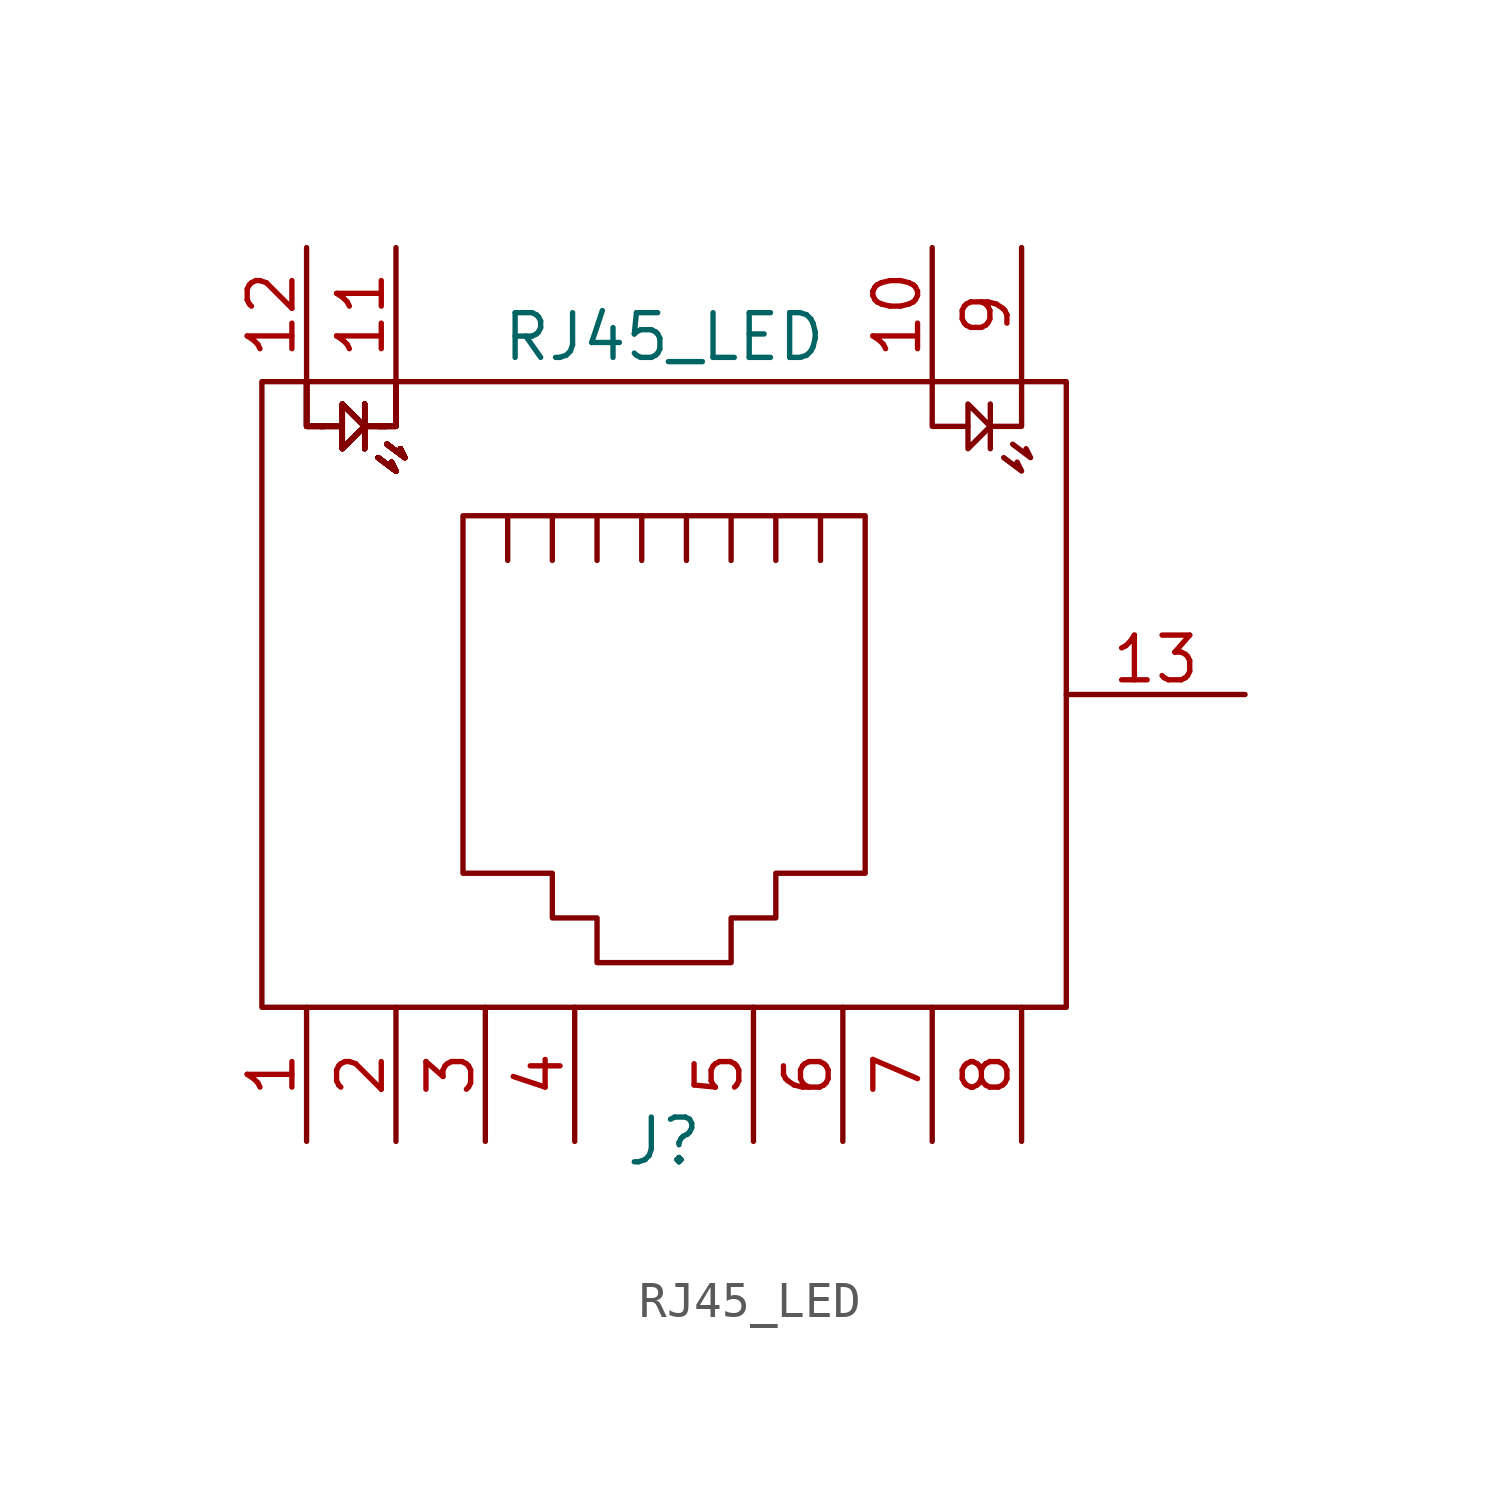
<source format=kicad_sym>
(kicad_symbol_lib
  (version 20220914)
  (generator kicad_symbol_editor)
  (symbol "RJ45_LED"
    (pin_names
      (offset 1.016))
    (property "Reference" "J"
      (at 0 -12.7 0)
      (effects (font (size 1.27 1.27))))
    (property "Value" "RJ45_LED"
      (at 0 10.16 0)
      (effects (font (size 1.27 1.27))))
    (property "Footprint" ""
      (at 0 -1.27 0)
      (effects (font (size 1.524 1.524))))
    (property "Datasheet" ""
      (at 0 -1.27 0)
      (effects (font (size 1.524 1.524))))
    (symbol "RJ45_LED_0_1"
      (rectangle (start -11.43 -8.89) (end 11.43 8.89) (stroke (width 0) (type default)) (fill (type none)))
      (polyline (pts (xy 9.271 8.255) (xy 9.271 6.985)) (stroke (width 0) (type default)) (fill (type none)))
      (polyline (pts (xy -10.16 8.89) (xy -10.16 7.62) (xy -9.652 7.62)) (stroke (width 0) (type default)) (fill (type none)))
      (polyline (pts (xy -10.16 8.89) (xy -10.16 7.62) (xy -9.652 7.62)) (stroke (width 0) (type default)) (fill (type none)))
      (polyline (pts (xy -10.16 8.89) (xy -10.16 7.62) (xy -9.652 7.62)) (stroke (width 0) (type default)) (fill (type none)))
      (polyline (pts (xy -10.16 8.89) (xy -10.16 7.62) (xy -9.652 7.62)) (stroke (width 0) (type default)) (fill (type none)))
      (polyline (pts (xy -10.16 8.89) (xy -10.16 7.62) (xy -9.652 7.62)) (stroke (width 0) (type default)) (fill (type none)))
      (polyline (pts (xy -10.16 8.89) (xy -10.16 7.62) (xy -9.652 7.62)) (stroke (width 0) (type default)) (fill (type none)))
      (polyline (pts (xy -10.16 8.89) (xy -10.16 7.62) (xy -9.652 7.62)) (stroke (width 0) (type default)) (fill (type none)))
      (polyline (pts (xy -10.16 8.89) (xy -10.16 7.62) (xy -9.652 7.62)) (stroke (width 0) (type default)) (fill (type none)))
      (polyline (pts (xy -8.128 6.731) (xy -7.62 6.35) (xy -7.747 6.604)) (stroke (width 0) (type default)) (fill (type none)))
      (polyline (pts (xy -8.128 6.731) (xy -7.62 6.35) (xy -7.747 6.604)) (stroke (width 0) (type default)) (fill (type none)))
      (polyline (pts (xy -8.128 6.731) (xy -7.62 6.35) (xy -7.747 6.604)) (stroke (width 0) (type default)) (fill (type none)))
      (polyline (pts (xy -8.128 6.731) (xy -7.62 6.35) (xy -7.747 6.604)) (stroke (width 0) (type default)) (fill (type none)))
      (polyline (pts (xy -8.128 6.731) (xy -7.62 6.35) (xy -7.747 6.604)) (stroke (width 0) (type default)) (fill (type none)))
      (polyline (pts (xy -8.128 6.731) (xy -7.62 6.35) (xy -7.747 6.604)) (stroke (width 0) (type default)) (fill (type none)))
      (polyline (pts (xy -8.128 6.731) (xy -7.62 6.35) (xy -7.747 6.604)) (stroke (width 0) (type default)) (fill (type none)))
      (polyline (pts (xy -8.128 6.731) (xy -7.62 6.35) (xy -7.747 6.604)) (stroke (width 0) (type default)) (fill (type none)))
      (polyline (pts (xy -8.128 6.731) (xy -7.62 6.35) (xy -7.747 6.604)) (stroke (width 0) (type default)) (fill (type none)))
      (polyline (pts (xy -8.128 6.731) (xy -7.62 6.35) (xy -7.747 6.604)) (stroke (width 0) (type default)) (fill (type none)))
      (polyline (pts (xy -8.128 6.731) (xy -7.62 6.35) (xy -7.747 6.604)) (stroke (width 0) (type default)) (fill (type none)))
      (polyline (pts (xy -8.128 6.731) (xy -7.62 6.35) (xy -7.747 6.604)) (stroke (width 0) (type default)) (fill (type none)))
      (polyline (pts (xy -8.128 6.731) (xy -7.62 6.35) (xy -7.747 6.604)) (stroke (width 0) (type default)) (fill (type none)))
      (polyline (pts (xy -8.128 6.731) (xy -7.62 6.35) (xy -7.747 6.604)) (stroke (width 0) (type default)) (fill (type none)))
      (polyline (pts (xy -8.128 6.731) (xy -7.62 6.35) (xy -7.747 6.604)) (stroke (width 0) (type default)) (fill (type none)))
      (polyline (pts (xy -8.128 6.731) (xy -7.62 6.35) (xy -7.747 6.604)) (stroke (width 0) (type default)) (fill (type none)))
      (polyline (pts (xy -7.874 7.112) (xy -7.366 6.731) (xy -7.493 6.985)) (stroke (width 0) (type default)) (fill (type none)))
      (polyline (pts (xy -7.874 7.112) (xy -7.366 6.731) (xy -7.493 6.985)) (stroke (width 0) (type default)) (fill (type none)))
      (polyline (pts (xy -7.874 7.112) (xy -7.366 6.731) (xy -7.493 6.985)) (stroke (width 0) (type default)) (fill (type none)))
      (polyline (pts (xy -7.874 7.112) (xy -7.366 6.731) (xy -7.493 6.985)) (stroke (width 0) (type default)) (fill (type none)))
      (polyline (pts (xy -7.874 7.112) (xy -7.366 6.731) (xy -7.493 6.985)) (stroke (width 0) (type default)) (fill (type none)))
      (polyline (pts (xy -7.874 7.112) (xy -7.366 6.731) (xy -7.493 6.985)) (stroke (width 0) (type default)) (fill (type none)))
      (polyline (pts (xy -7.874 7.112) (xy -7.366 6.731) (xy -7.493 6.985)) (stroke (width 0) (type default)) (fill (type none)))
      (polyline (pts (xy -7.874 7.112) (xy -7.366 6.731) (xy -7.493 6.985)) (stroke (width 0) (type default)) (fill (type none)))
      (polyline (pts (xy -7.874 7.112) (xy -7.366 6.731) (xy -7.493 6.985)) (stroke (width 0) (type default)) (fill (type none)))
      (polyline (pts (xy -7.874 7.112) (xy -7.366 6.731) (xy -7.493 6.985)) (stroke (width 0) (type default)) (fill (type none)))
      (polyline (pts (xy -7.874 7.112) (xy -7.366 6.731) (xy -7.493 6.985)) (stroke (width 0) (type default)) (fill (type none)))
      (polyline (pts (xy -7.874 7.112) (xy -7.366 6.731) (xy -7.493 6.985)) (stroke (width 0) (type default)) (fill (type none)))
      (polyline (pts (xy -7.874 7.112) (xy -7.366 6.731) (xy -7.493 6.985)) (stroke (width 0) (type default)) (fill (type none)))
      (polyline (pts (xy -7.874 7.112) (xy -7.366 6.731) (xy -7.493 6.985)) (stroke (width 0) (type default)) (fill (type none)))
      (polyline (pts (xy -7.874 7.112) (xy -7.366 6.731) (xy -7.493 6.985)) (stroke (width 0) (type default)) (fill (type none)))
      (polyline (pts (xy -7.874 7.112) (xy -7.366 6.731) (xy -7.493 6.985)) (stroke (width 0) (type default)) (fill (type none)))
      (polyline (pts (xy -7.62 8.89) (xy -7.62 7.62) (xy -8.128 7.62)) (stroke (width 0) (type default)) (fill (type none)))
      (polyline (pts (xy -7.62 8.89) (xy -7.62 7.62) (xy -8.128 7.62)) (stroke (width 0) (type default)) (fill (type none)))
      (polyline (pts (xy -7.62 8.89) (xy -7.62 7.62) (xy -8.128 7.62)) (stroke (width 0) (type default)) (fill (type none)))
      (polyline (pts (xy -7.62 8.89) (xy -7.62 7.62) (xy -8.128 7.62)) (stroke (width 0) (type default)) (fill (type none)))
      (polyline (pts (xy -7.62 8.89) (xy -7.62 7.62) (xy -8.128 7.62)) (stroke (width 0) (type default)) (fill (type none)))
      (polyline (pts (xy -7.62 8.89) (xy -7.62 7.62) (xy -8.128 7.62)) (stroke (width 0) (type default)) (fill (type none)))
      (polyline (pts (xy -7.62 8.89) (xy -7.62 7.62) (xy -8.128 7.62)) (stroke (width 0) (type default)) (fill (type none)))
      (polyline (pts (xy -7.62 8.89) (xy -7.62 7.62) (xy -8.128 7.62)) (stroke (width 0) (type default)) (fill (type none)))
      (polyline (pts (xy -4.445 3.81) (xy -4.445 5.08) (xy -4.445 5.08)) (stroke (width 0) (type default)) (fill (type none)))
      (polyline (pts (xy -3.175 5.08) (xy -3.175 3.81) (xy -3.175 3.81)) (stroke (width 0) (type default)) (fill (type none)))
      (polyline (pts (xy -1.905 5.08) (xy -1.905 3.81) (xy -1.905 3.81)) (stroke (width 0) (type default)) (fill (type none)))
      (polyline (pts (xy -0.635 5.08) (xy -0.635 3.81) (xy -0.635 3.81)) (stroke (width 0) (type default)) (fill (type none)))
      (polyline (pts (xy 0.635 5.08) (xy 0.635 3.81) (xy 0.635 3.81)) (stroke (width 0) (type default)) (fill (type none)))
      (polyline (pts (xy 1.905 5.08) (xy 1.905 3.81) (xy 1.905 3.81)) (stroke (width 0) (type default)) (fill (type none)))
      (polyline (pts (xy 3.175 3.81) (xy 3.175 5.08) (xy 3.175 5.08)) (stroke (width 0) (type default)) (fill (type none)))
      (polyline (pts (xy 4.445 3.81) (xy 4.445 5.08) (xy 4.445 5.08)) (stroke (width 0) (type default)) (fill (type none)))
      (polyline (pts (xy 7.62 8.89) (xy 7.62 7.62) (xy 8.636 7.62)) (stroke (width 0) (type default)) (fill (type none)))
      (polyline (pts (xy 9.271 7.62) (xy 10.16 7.62) (xy 10.16 8.89)) (stroke (width 0) (type default)) (fill (type none)))
      (polyline (pts (xy 9.652 6.731) (xy 10.16 6.35) (xy 10.033 6.604)) (stroke (width 0) (type default)) (fill (type none)))
      (polyline (pts (xy 9.906 7.112) (xy 10.414 6.731) (xy 10.287 6.985)) (stroke (width 0) (type default)) (fill (type none)))
      (polyline (pts (xy -8.509 8.255) (xy -8.509 6.985) (xy -8.509 7.62) (xy -7.874 7.62)) (stroke (width 0) (type default)) (fill (type none)))
      (polyline (pts (xy -8.509 8.255) (xy -8.509 6.985) (xy -8.509 7.62) (xy -7.874 7.62)) (stroke (width 0) (type default)) (fill (type none)))
      (polyline (pts (xy -8.509 8.255) (xy -8.509 6.985) (xy -8.509 7.62) (xy -7.874 7.62)) (stroke (width 0) (type default)) (fill (type none)))
      (polyline (pts (xy -8.509 8.255) (xy -8.509 6.985) (xy -8.509 7.62) (xy -7.874 7.62)) (stroke (width 0) (type default)) (fill (type none)))
      (polyline (pts (xy -8.509 8.255) (xy -8.509 6.985) (xy -8.509 7.62) (xy -7.874 7.62)) (stroke (width 0) (type default)) (fill (type none)))
      (polyline (pts (xy -8.509 8.255) (xy -8.509 6.985) (xy -8.509 7.62) (xy -7.874 7.62)) (stroke (width 0) (type default)) (fill (type none)))
      (polyline (pts (xy -8.509 8.255) (xy -8.509 6.985) (xy -8.509 7.62) (xy -7.874 7.62)) (stroke (width 0) (type default)) (fill (type none)))
      (polyline (pts (xy -8.509 8.255) (xy -8.509 6.985) (xy -8.509 7.62) (xy -7.874 7.62)) (stroke (width 0) (type default)) (fill (type none)))
      (polyline (pts (xy 8.636 7.62) (xy 8.636 8.255) (xy 9.271 7.62) (xy 8.636 6.985) (xy 8.636 7.62)) (stroke (width 0) (type default)) (fill (type none)))
      (polyline (pts (xy -9.779 7.62) (xy -9.144 7.62) (xy -9.144 8.255) (xy -8.509 7.62) (xy -9.144 6.985) (xy -9.144 7.62)) (stroke (width 0) (type default)) (fill (type none)))
      (polyline (pts (xy -9.779 7.62) (xy -9.144 7.62) (xy -9.144 8.255) (xy -8.509 7.62) (xy -9.144 6.985) (xy -9.144 7.62)) (stroke (width 0) (type default)) (fill (type none)))
      (polyline (pts (xy -9.779 7.62) (xy -9.144 7.62) (xy -9.144 8.255) (xy -8.509 7.62) (xy -9.144 6.985) (xy -9.144 7.62)) (stroke (width 0) (type default)) (fill (type none)))
      (polyline (pts (xy -9.779 7.62) (xy -9.144 7.62) (xy -9.144 8.255) (xy -8.509 7.62) (xy -9.144 6.985) (xy -9.144 7.62)) (stroke (width 0) (type default)) (fill (type none)))
      (polyline (pts (xy -9.779 7.62) (xy -9.144 7.62) (xy -9.144 8.255) (xy -8.509 7.62) (xy -9.144 6.985) (xy -9.144 7.62)) (stroke (width 0) (type default)) (fill (type none)))
      (polyline (pts (xy -9.779 7.62) (xy -9.144 7.62) (xy -9.144 8.255) (xy -8.509 7.62) (xy -9.144 6.985) (xy -9.144 7.62)) (stroke (width 0) (type default)) (fill (type none)))
      (polyline (pts (xy -9.779 7.62) (xy -9.144 7.62) (xy -9.144 8.255) (xy -8.509 7.62) (xy -9.144 6.985) (xy -9.144 7.62)) (stroke (width 0) (type default)) (fill (type none)))
      (polyline (pts (xy -9.779 7.62) (xy -9.144 7.62) (xy -9.144 8.255) (xy -8.509 7.62) (xy -9.144 6.985) (xy -9.144 7.62)) (stroke (width 0) (type default)) (fill (type none)))
      (polyline (pts (xy -5.715 5.08) (xy 5.715 5.08) (xy 5.715 -5.08) (xy 3.175 -5.08) (xy 3.175 -6.35) (xy 1.905 -6.35) (xy 1.905 -7.62) (xy -1.905 -7.62) (xy -1.905 -6.35) (xy -3.175 -6.35) (xy -3.175 -5.08) (xy -5.715 -5.08) (xy -5.715 5.08) (xy -5.715 5.08)) (stroke (width 0) (type default)) (fill (type none))))
    (symbol "RJ45_LED_1_1"
      (pin passive line (at -10.16 -12.7 90) (length 3.81) (name "~" (effects (font (size 1.27 1.27)))) (number "1" (effects (font (size 1.27 1.27)))))
      (pin passive line (at 7.62 12.7 270) (length 3.81) (name "~" (effects (font (size 1.27 1.27)))) (number "10" (effects (font (size 1.27 1.27)))))
      (pin passive line (at -7.62 12.7 270) (length 3.81) (name "~" (effects (font (size 1.27 1.27)))) (number "11" (effects (font (size 1.27 1.27)))))
      (pin passive line (at -10.16 12.7 270) (length 3.81) (name "~" (effects (font (size 1.27 1.27)))) (number "12" (effects (font (size 1.27 1.27)))))
      (pin passive line (at 16.51 0 180) (length 5.08) (name "~" (effects (font (size 1.27 1.27)))) (number "13" (effects (font (size 1.27 1.27)))))
      (pin passive line (at -7.62 -12.7 90) (length 3.81) (name "~" (effects (font (size 1.27 1.27)))) (number "2" (effects (font (size 1.27 1.27)))))
      (pin passive line (at -5.08 -12.7 90) (length 3.81) (name "~" (effects (font (size 1.27 1.27)))) (number "3" (effects (font (size 1.27 1.27)))))
      (pin passive line (at -2.54 -12.7 90) (length 3.81) (name "~" (effects (font (size 1.27 1.27)))) (number "4" (effects (font (size 1.27 1.27)))))
      (pin passive line (at 2.54 -12.7 90) (length 3.81) (name "~" (effects (font (size 1.27 1.27)))) (number "5" (effects (font (size 1.27 1.27)))))
      (pin passive line (at 5.08 -12.7 90) (length 3.81) (name "~" (effects (font (size 1.27 1.27)))) (number "6" (effects (font (size 1.27 1.27)))))
      (pin passive line (at 7.62 -12.7 90) (length 3.81) (name "~" (effects (font (size 1.27 1.27)))) (number "7" (effects (font (size 1.27 1.27)))))
      (pin passive line (at 10.16 -12.7 90) (length 3.81) (name "~" (effects (font (size 1.27 1.27)))) (number "8" (effects (font (size 1.27 1.27)))))
      (pin passive line (at 10.16 12.7 270) (length 3.81) (name "~" (effects (font (size 1.27 1.27)))) (number "9" (effects (font (size 1.27 1.27))))))))
</source>
